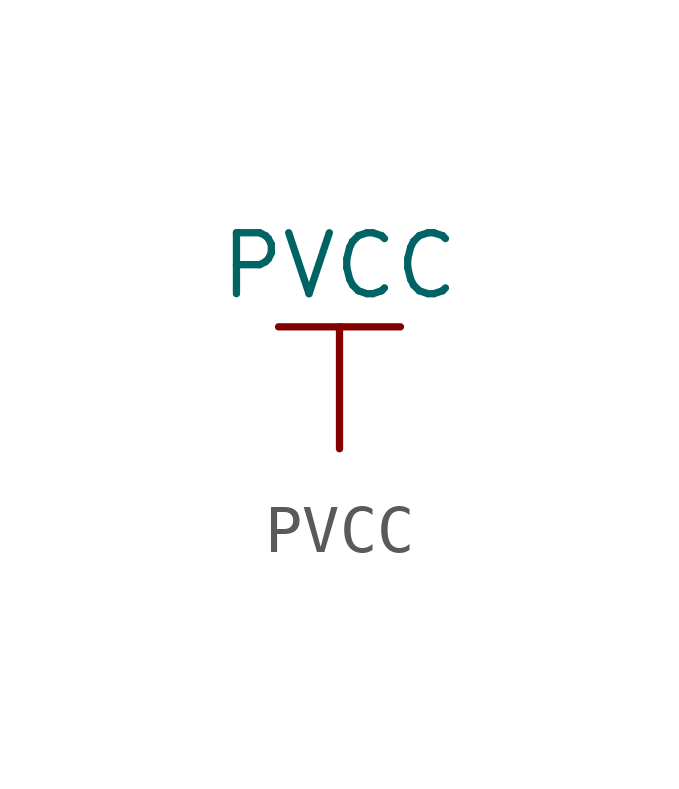
<source format=kicad_sym>
(kicad_symbol_lib
  (version 20211014)
  (generator kicad_symbol_editor)
  (symbol "PVCC"
    (power)
    (pin_names
      (offset 0))
    (property "Reference" "#PWR"
      (at 0 -3.81 0)
      (effects (font (size 1.27 1.27)) hide))
    (property "Value" "PVCC"
      (at 0 3.81 0)
      (effects (font (size 1.27 1.27))))
    (symbol "PVCC_0_1"
      (polyline (pts (xy -1.27 2.54) (xy 1.27 2.54)) (stroke (width 0.152) (type default) (color 0 0 0 0)) (fill (type none)))
      (polyline (pts (xy 0 0) (xy 0 2.54)) (stroke (width 0.152) (type default) (color 0 0 0 0)) (fill (type none))))
    (symbol "PVCC_1_1"
      (pin power_in line (at 0 0 90) (length 0) hide (name "PVCC" (effects (font (size 1.27 1.27)))) (number "1" (effects (font (size 1.27 1.27))))))))
</source>
